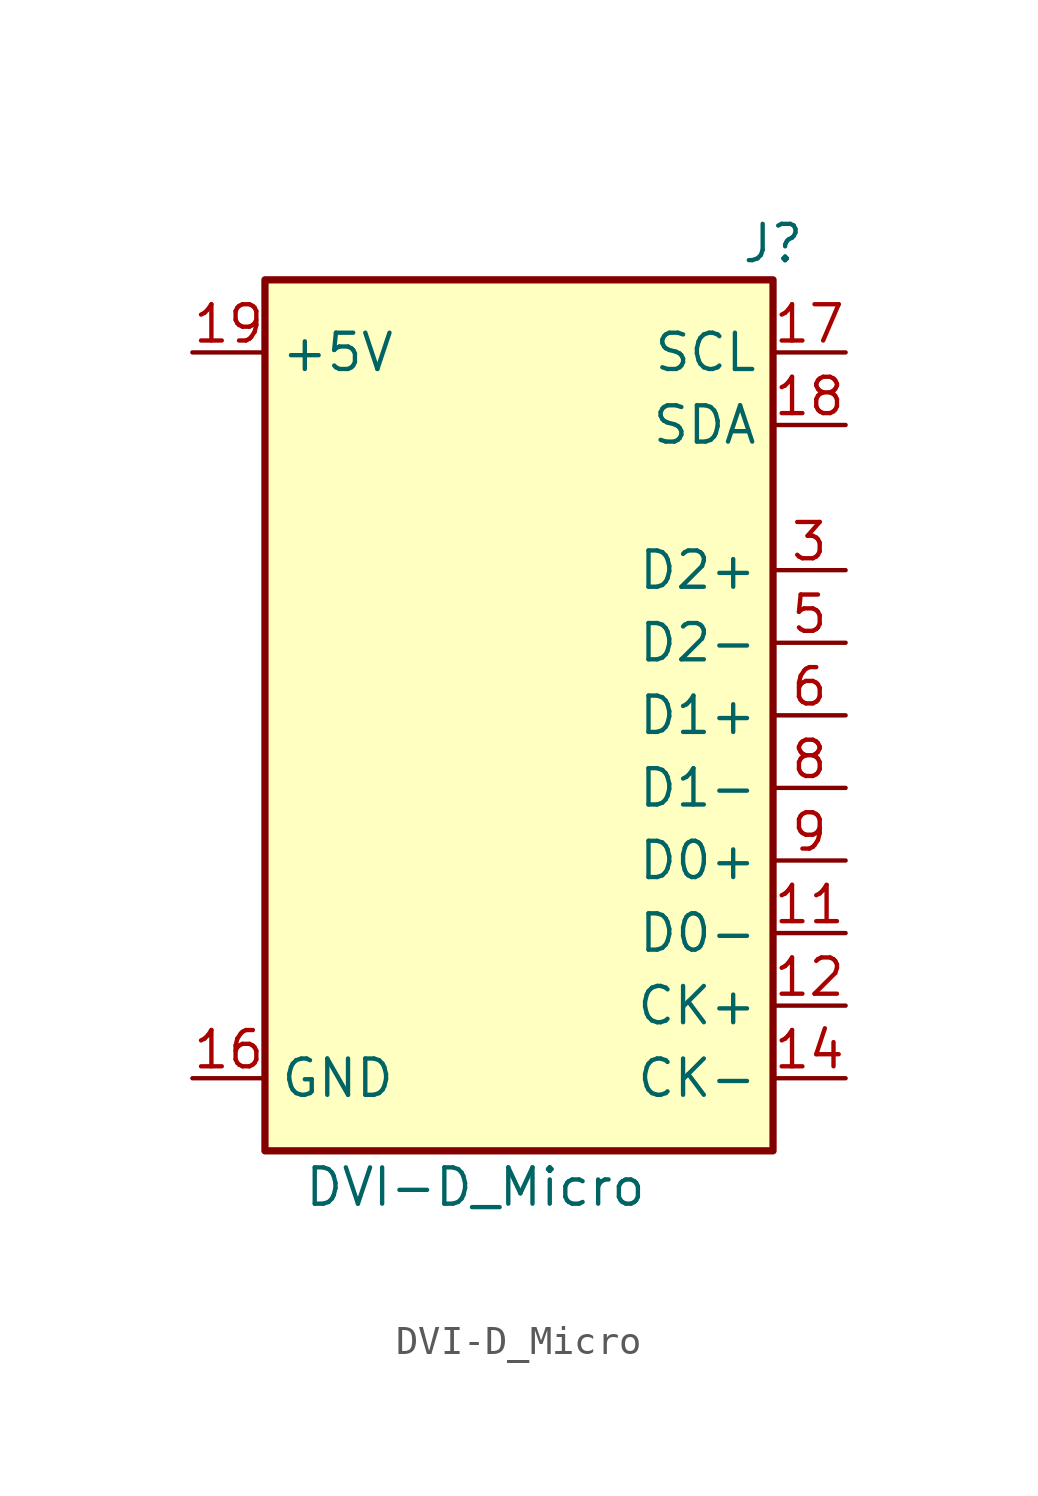
<source format=kicad_sym>
(kicad_symbol_lib
  (version 20231120)
  (generator "kicad_symbol_editor")
  (generator_version "8.99")
  (symbol "DVI-D_Micro"
    (property "Reference" "J"
      (at 8.89 26.67 0)
      (effects (font (size 1.27 1.27))))
    (property "Value" "DVI-D_Micro"
      (at -1.524 -6.35 0)
      (effects (font (size 1.27 1.27))))
    (symbol "DVI-D_Micro_0_1"
      (rectangle (start -8.89 25.4) (end 8.89 -5.08) (stroke (width 0.254) (type default)) (fill (type background))))
    (symbol "DVI-D_Micro_1_1"
      (pin no_connect line (at -3.81 8.89 0) (length 2.54) hide (name "HPD/HEAC-" (effects (font (size 1.27 1.27)))) (number "1" (effects (font (size 1.27 1.27)))))
      (pin passive line (at -11.43 -2.54 0) (length 2.54) hide (name "D0S" (effects (font (size 1.27 1.27)))) (number "10" (effects (font (size 1.27 1.27)))))
      (pin passive line (at 11.43 2.54 180) (length 2.54) (name "D0-" (effects (font (size 1.27 1.27)))) (number "11" (effects (font (size 1.27 1.27)))))
      (pin passive line (at 11.43 0 180) (length 2.54) (name "CK+" (effects (font (size 1.27 1.27)))) (number "12" (effects (font (size 1.27 1.27)))))
      (pin passive line (at -11.43 -2.54 0) (length 2.54) hide (name "CKS" (effects (font (size 1.27 1.27)))) (number "13" (effects (font (size 1.27 1.27)))))
      (pin passive line (at 11.43 -2.54 180) (length 2.54) (name "CK-" (effects (font (size 1.27 1.27)))) (number "14" (effects (font (size 1.27 1.27)))))
      (pin no_connect line (at -3.81 13.97 0) (length 2.54) hide (name "CEC" (effects (font (size 1.27 1.27)))) (number "15" (effects (font (size 1.27 1.27)))))
      (pin power_in line (at -11.43 -2.54 0) (length 2.54) (name "GND" (effects (font (size 1.27 1.27)))) (number "16" (effects (font (size 1.27 1.27)))))
      (pin passive line (at 11.43 22.86 180) (length 2.54) (name "SCL" (effects (font (size 1.27 1.27)))) (number "17" (effects (font (size 1.27 1.27)))))
      (pin bidirectional line (at 11.43 20.32 180) (length 2.54) (name "SDA" (effects (font (size 1.27 1.27)))) (number "18" (effects (font (size 1.27 1.27)))))
      (pin power_in line (at -11.43 22.86 0) (length 2.54) (name "+5V" (effects (font (size 1.27 1.27)))) (number "19" (effects (font (size 1.27 1.27)))))
      (pin no_connect line (at -3.81 11.43 0) (length 2.54) hide (name "UTILITY/HEAC+" (effects (font (size 1.27 1.27)))) (number "2" (effects (font (size 1.27 1.27)))))
      (pin passive line (at 11.43 15.24 180) (length 2.54) (name "D2+" (effects (font (size 1.27 1.27)))) (number "3" (effects (font (size 1.27 1.27)))))
      (pin passive line (at -11.43 -2.54 0) (length 2.54) hide (name "D2S" (effects (font (size 1.27 1.27)))) (number "4" (effects (font (size 1.27 1.27)))))
      (pin passive line (at 11.43 12.7 180) (length 2.54) (name "D2-" (effects (font (size 1.27 1.27)))) (number "5" (effects (font (size 1.27 1.27)))))
      (pin passive line (at 11.43 10.16 180) (length 2.54) (name "D1+" (effects (font (size 1.27 1.27)))) (number "6" (effects (font (size 1.27 1.27)))))
      (pin passive line (at -11.43 -2.54 0) (length 2.54) hide (name "D1S" (effects (font (size 1.27 1.27)))) (number "7" (effects (font (size 1.27 1.27)))))
      (pin passive line (at 11.43 7.62 180) (length 2.54) (name "D1-" (effects (font (size 1.27 1.27)))) (number "8" (effects (font (size 1.27 1.27)))))
      (pin passive line (at 11.43 5.08 180) (length 2.54) (name "D0+" (effects (font (size 1.27 1.27)))) (number "9" (effects (font (size 1.27 1.27)))))
      (pin passive line (at -11.43 -2.54 0) (length 2.54) hide (name "SH" (effects (font (size 1.27 1.27)))) (number "SH" (effects (font (size 1.27 1.27))))))))
</source>
